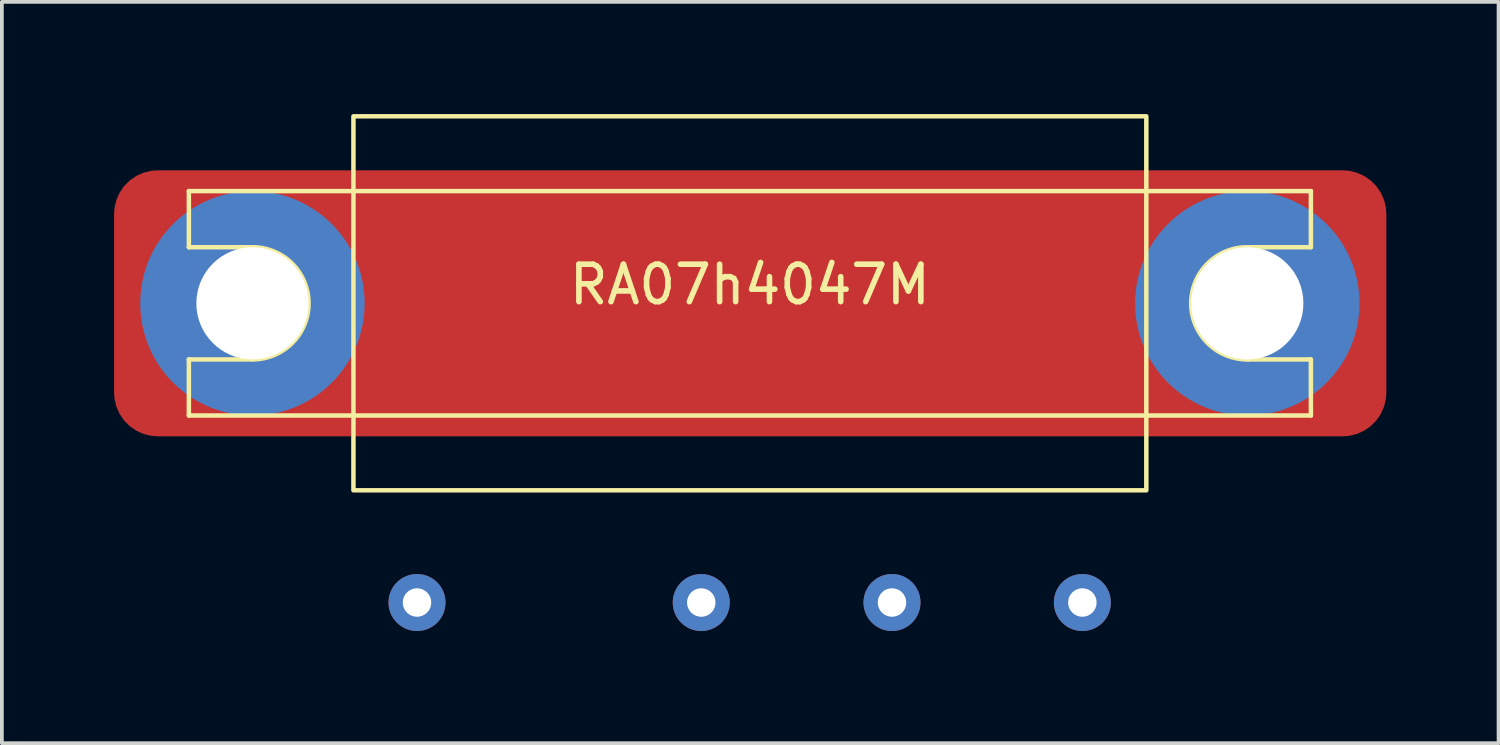
<source format=kicad_pcb>
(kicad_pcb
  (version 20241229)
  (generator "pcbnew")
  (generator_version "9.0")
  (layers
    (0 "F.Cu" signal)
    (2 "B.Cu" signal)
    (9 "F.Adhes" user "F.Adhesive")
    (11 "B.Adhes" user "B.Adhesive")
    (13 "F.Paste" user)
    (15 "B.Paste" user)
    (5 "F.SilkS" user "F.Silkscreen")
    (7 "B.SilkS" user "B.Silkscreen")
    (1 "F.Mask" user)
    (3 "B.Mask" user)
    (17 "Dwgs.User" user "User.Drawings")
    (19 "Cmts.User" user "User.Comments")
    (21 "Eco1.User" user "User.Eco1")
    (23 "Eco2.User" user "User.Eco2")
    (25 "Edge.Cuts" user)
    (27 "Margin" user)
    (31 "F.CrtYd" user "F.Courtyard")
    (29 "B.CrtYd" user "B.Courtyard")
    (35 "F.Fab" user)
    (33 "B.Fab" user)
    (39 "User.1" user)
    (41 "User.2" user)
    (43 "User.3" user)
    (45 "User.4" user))
  (footprint "RA07h4047M"
    (layer "F.Cu")
    (at 17 5.06)
    (property "Reference" "RA07h4047M" (at 0 -0.5 0) (unlocked yes) (layer "F.SilkS") (effects (font (size 1 1) (thickness 0.15))))
    (attr through_hole)
    (fp_line (start -15 -1.5) (end -15 -3) (stroke (width 0.12) (type default)) (layer "F.SilkS"))
    (fp_line (start -15 3) (end -15 1.5) (stroke (width 0.12) (type default)) (layer "F.SilkS"))
    (fp_line (start -15 3) (end 15 3) (stroke (width 0.12) (type default)) (layer "F.SilkS"))
    (fp_line (start -13.3 -1.5) (end -15 -1.5) (stroke (width 0.12) (type default)) (layer "F.SilkS"))
    (fp_line (start -13.3 1.5) (end -15 1.5) (stroke (width 0.12) (type default)) (layer "F.SilkS"))
    (fp_line (start 13.3 -1.5) (end 15 -1.5) (stroke (width 0.12) (type default)) (layer "F.SilkS"))
    (fp_line (start 13.3 1.5) (end 15 1.5) (stroke (width 0.12) (type default)) (layer "F.SilkS"))
    (fp_line (start 15 -3) (end -15 -3) (stroke (width 0.12) (type default)) (layer "F.SilkS"))
    (fp_line (start 15 -3) (end 15 -1.5) (stroke (width 0.12) (type default)) (layer "F.SilkS"))
    (fp_line (start 15 1.5) (end 15 3) (stroke (width 0.12) (type default)) (layer "F.SilkS"))
    (fp_rect (start -10.6 -5) (end 10.6 5) (stroke (width 0.12) (type default)) (fill no) (layer "F.SilkS"))
    (fp_arc (start -13.341323 -1.499431) (mid -11.800142 -0.020663) (end -13.3 1.5) (stroke (width 0.12) (type default)) (layer "F.SilkS"))
    (fp_arc (start 13.341323 1.499431) (mid 11.800142 0.020663) (end 13.3 -1.5) (stroke (width 0.12) (type default)) (layer "F.SilkS"))
    (pad "1" thru_hole circle (at -8.9 8) (size 1.524 1.524) (drill 0.762) (layers "*.Cu" "*.Mask"))
    (pad "2" thru_hole circle (at -1.3 8) (size 1.524 1.524) (drill 0.762) (layers "*.Cu" "*.Mask"))
    (pad "3" thru_hole circle (at 3.8 8) (size 1.524 1.524) (drill 0.762) (layers "*.Cu" "*.Mask"))
    (pad "4" thru_hole circle (at 8.89 8) (size 1.524 1.524) (drill 0.762) (layers "*.Cu" "*.Mask"))
    (pad "5" thru_hole circle (at -13.3 0) (size 6 6) (drill 3) (layers "*.Cu" "*.Mask"))
    (pad "5" smd roundrect (at 0.009 0) (size 34.018 7.112) (layers "F.Cu" "F.Mask" "F.Paste") (roundrect_rratio 0.164))
    (pad "5" thru_hole circle (at 13.3 0) (size 6 6) (drill 3) (layers "*.Cu" "*.Mask")))
  (gr_rect
    (start -3 -3)
    (end 37.018 16.822)
    (stroke (width 0.1) (type default))
    (fill no)
    (layer "Edge.Cuts")))
</source>
